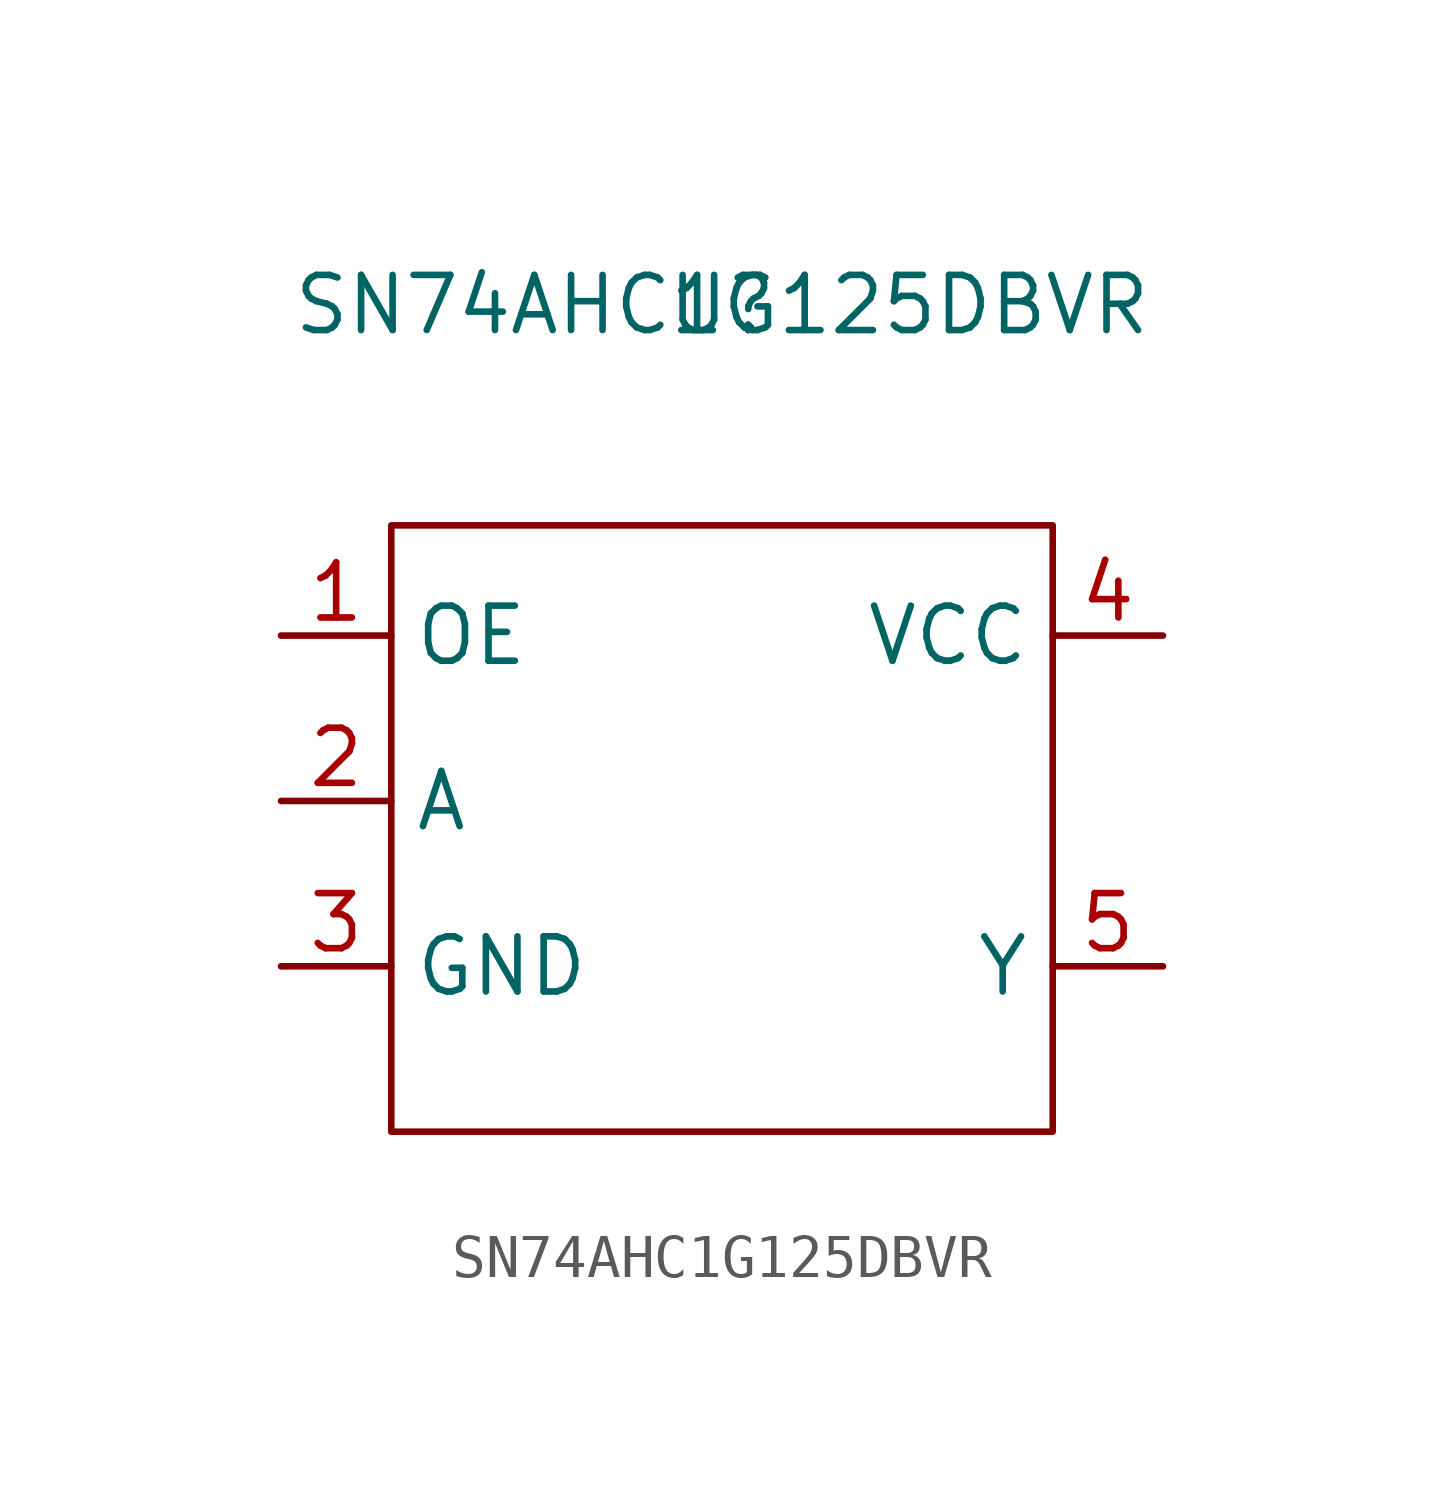
<source format=kicad_sym>
(kicad_symbol_lib
  (version 20211014)
  (generator kicad_symbol_editor)
  (symbol "SN74AHC1G125DBVR:SN74AHC1G125DBVR"
    (property "Reference" "U"
      (at 0 0 0)
      (effects (font (size 1.27 1.27))))
    (property "Value" "SN74AHC1G125DBVR"
      (at 0 0 0)
      (effects (font (size 1.27 1.27))))
    (symbol "SN74AHC1G125DBVR_0_1"
      (rectangle (start -7.62 -5.08) (end 7.62 -19.05) (stroke (width 0.152) (type default) (color 0 0 0 0)) (fill (type none))))
    (symbol "SN74AHC1G125DBVR_1_1"
      (pin input line (at -10.16 -7.62 0) (length 2.54) (name "OE" (effects (font (size 1.27 1.27)))) (number "1" (effects (font (size 1.27 1.27)))))
      (pin input line (at -10.16 -11.43 0) (length 2.54) (name "A" (effects (font (size 1.27 1.27)))) (number "2" (effects (font (size 1.27 1.27)))))
      (pin input line (at -10.16 -15.24 0) (length 2.54) (name "GND" (effects (font (size 1.27 1.27)))) (number "3" (effects (font (size 1.27 1.27)))))
      (pin input line (at 10.16 -7.62 180) (length 2.54) (name "VCC" (effects (font (size 1.27 1.27)))) (number "4" (effects (font (size 1.27 1.27)))))
      (pin input line (at 10.16 -15.24 180) (length 2.54) (name "Y" (effects (font (size 1.27 1.27)))) (number "5" (effects (font (size 1.27 1.27))))))))
</source>
